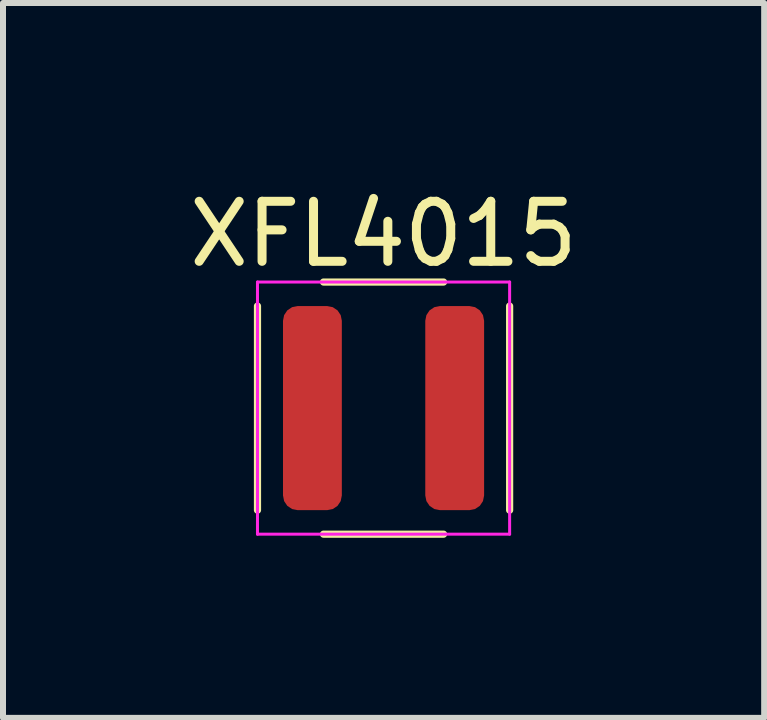
<source format=kicad_pcb>
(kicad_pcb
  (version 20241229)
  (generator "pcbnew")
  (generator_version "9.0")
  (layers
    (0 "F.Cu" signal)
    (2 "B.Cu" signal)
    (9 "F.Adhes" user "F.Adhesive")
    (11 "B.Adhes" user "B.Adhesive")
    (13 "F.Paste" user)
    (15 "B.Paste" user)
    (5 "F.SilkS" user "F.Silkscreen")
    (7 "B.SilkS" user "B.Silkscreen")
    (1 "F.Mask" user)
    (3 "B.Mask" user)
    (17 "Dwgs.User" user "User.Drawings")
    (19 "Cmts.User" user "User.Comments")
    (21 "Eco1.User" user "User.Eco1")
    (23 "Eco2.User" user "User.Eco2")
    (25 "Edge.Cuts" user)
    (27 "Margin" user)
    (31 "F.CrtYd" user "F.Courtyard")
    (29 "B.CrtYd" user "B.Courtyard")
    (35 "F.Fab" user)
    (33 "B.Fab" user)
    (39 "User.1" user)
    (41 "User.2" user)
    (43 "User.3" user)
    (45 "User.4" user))
  (footprint "XFL4015"
    (layer "F.Cu")
    (at 3.339 3.748)
    (property "Reference" "XFL4015" (at 0 -2.9 0) (layer "F.SilkS") (effects (font (size 1 1) (thickness 0.15))))
    (attr through_hole)
    (fp_line (start -2.1 -1.7) (end -2.1 1.7) (stroke (width 0.12) (type solid)) (layer "F.SilkS"))
    (fp_line (start -1 -2.1) (end 1 -2.1) (stroke (width 0.12) (type solid)) (layer "F.SilkS"))
    (fp_line (start -1 2.1) (end 1 2.1) (stroke (width 0.12) (type solid)) (layer "F.SilkS"))
    (fp_line (start 2.1 1.7) (end 2.1 -1.7) (stroke (width 0.12) (type solid)) (layer "F.SilkS"))
    (fp_line (start -2.1 -2.1) (end -2.1 2.1) (stroke (width 0.05) (type solid)) (layer "F.CrtYd"))
    (fp_line (start -2.1 2.1) (end 2.1 2.1) (stroke (width 0.05) (type solid)) (layer "F.CrtYd"))
    (fp_line (start 2.1 -2.1) (end -2.1 -2.1) (stroke (width 0.05) (type solid)) (layer "F.CrtYd"))
    (fp_line (start 2.1 2.1) (end 2.1 -2.1) (stroke (width 0.05) (type solid)) (layer "F.CrtYd"))
    (pad "1" smd roundrect (at -1.185 0) (size 0.98 3.4) (layers "F.Cu" "F.Mask" "F.Paste") (roundrect_rratio 0.25))
    (pad "2" smd roundrect (at 1.185 0) (size 0.98 3.4) (layers "F.Cu" "F.Mask" "F.Paste") (roundrect_rratio 0.25)))
  (gr_rect
    (start -3 -3)
    (end 9.679 8.908)
    (stroke (width 0.1) (type default))
    (fill no)
    (layer "Edge.Cuts")))
</source>
